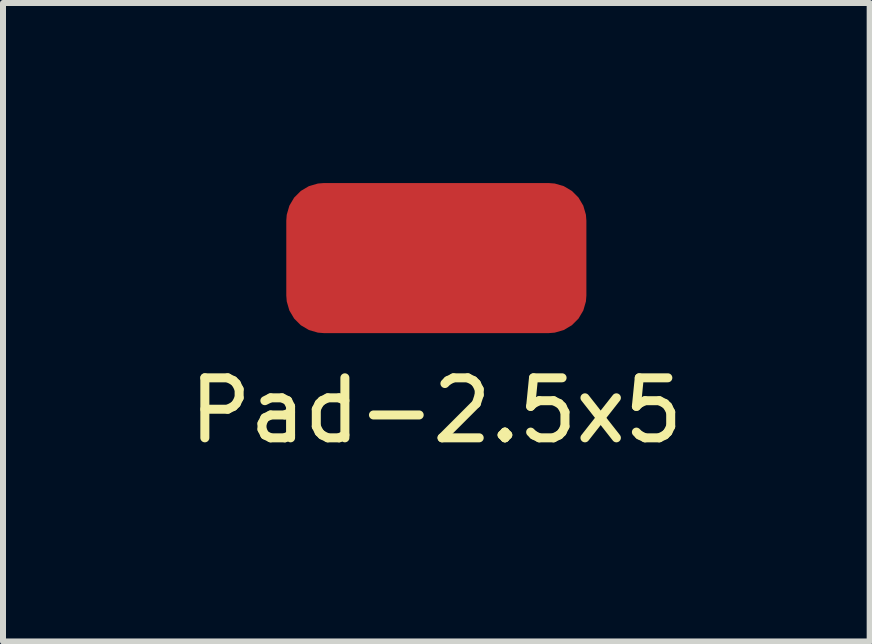
<source format=kicad_pcb>
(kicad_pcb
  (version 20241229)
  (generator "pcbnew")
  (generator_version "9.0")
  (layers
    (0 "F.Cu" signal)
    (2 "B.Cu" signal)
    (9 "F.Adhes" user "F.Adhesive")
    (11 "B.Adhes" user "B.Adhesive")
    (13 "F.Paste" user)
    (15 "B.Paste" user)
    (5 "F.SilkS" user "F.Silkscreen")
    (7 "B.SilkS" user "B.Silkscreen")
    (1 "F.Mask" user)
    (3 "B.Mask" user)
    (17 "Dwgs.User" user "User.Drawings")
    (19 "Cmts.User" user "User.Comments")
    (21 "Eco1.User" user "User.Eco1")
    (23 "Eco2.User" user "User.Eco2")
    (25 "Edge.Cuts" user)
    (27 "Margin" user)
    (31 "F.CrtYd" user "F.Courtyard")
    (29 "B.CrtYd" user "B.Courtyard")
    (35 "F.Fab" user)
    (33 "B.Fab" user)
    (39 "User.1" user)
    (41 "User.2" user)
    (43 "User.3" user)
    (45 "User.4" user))
  (footprint "Pad-2.5x5"
    (layer "F.Cu")
    (at 4.22 1.25)
    (property "Reference" "Pad-2.5x5" (at 0 2.54 0) (layer "F.SilkS") (effects (font (size 1 1) (thickness 0.15))))
    (attr through_hole)
    (pad "1" smd roundrect (at 0 0) (size 5 2.5) (layers "F.Cu" "F.Mask" "F.Paste") (roundrect_rratio 0.25)))
  (gr_rect
    (start -3 -3)
    (end 11.44 7.638)
    (stroke (width 0.1) (type default))
    (fill no)
    (layer "Edge.Cuts")))
</source>
